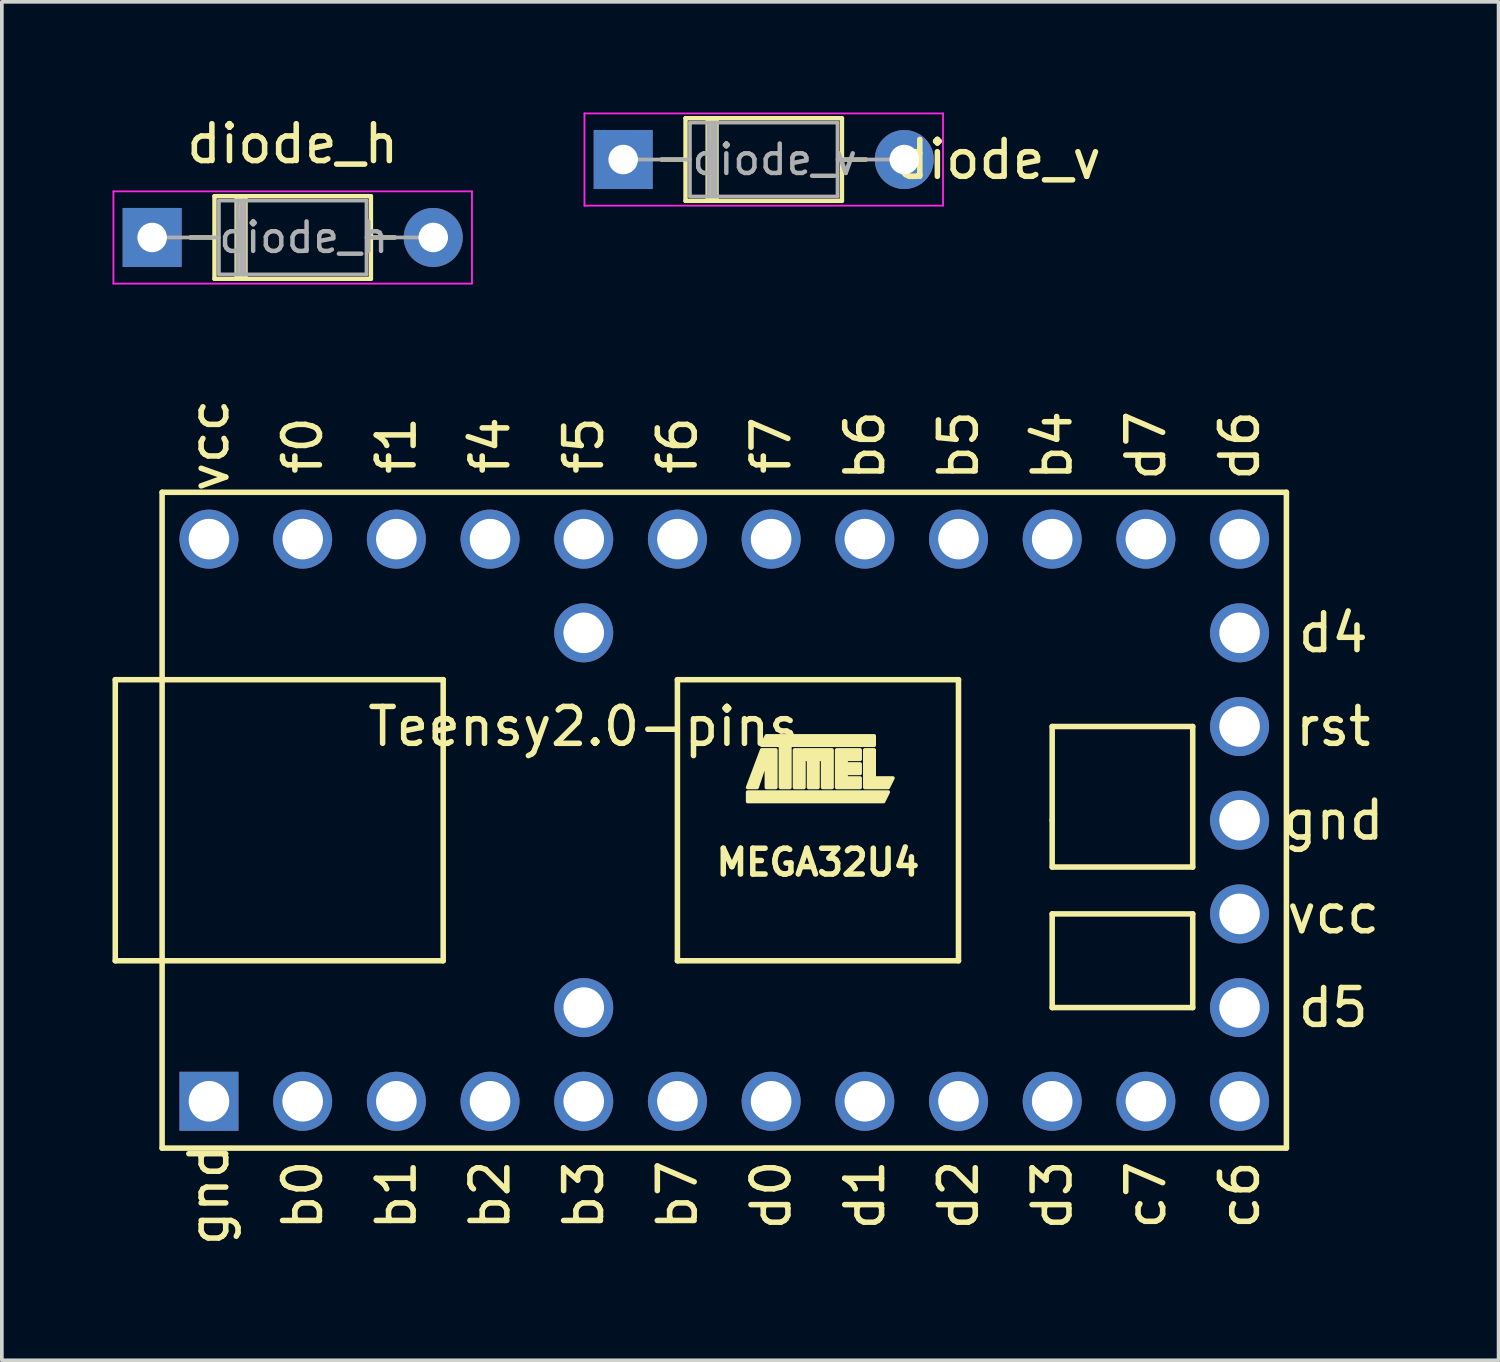
<source format=kicad_pcb>
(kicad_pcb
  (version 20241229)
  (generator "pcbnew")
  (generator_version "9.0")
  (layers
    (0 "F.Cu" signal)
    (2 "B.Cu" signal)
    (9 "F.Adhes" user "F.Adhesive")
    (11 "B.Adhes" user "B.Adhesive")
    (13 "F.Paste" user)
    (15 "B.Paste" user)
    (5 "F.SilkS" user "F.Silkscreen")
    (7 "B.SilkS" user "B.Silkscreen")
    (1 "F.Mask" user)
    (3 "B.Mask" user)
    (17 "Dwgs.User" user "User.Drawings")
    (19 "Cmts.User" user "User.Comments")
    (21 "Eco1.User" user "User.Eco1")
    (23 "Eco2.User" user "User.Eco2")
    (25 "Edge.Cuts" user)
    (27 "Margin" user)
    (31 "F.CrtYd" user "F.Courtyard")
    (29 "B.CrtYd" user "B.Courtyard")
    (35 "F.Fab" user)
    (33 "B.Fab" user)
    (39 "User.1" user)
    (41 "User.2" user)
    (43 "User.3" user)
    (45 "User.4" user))
  (footprint "diode_v"
    (layer "F.Cu")
    (at 13.845 1.275)
    (property "Reference" "diode_v" (at 10.16 0 0) (layer "F.SilkS") (effects (font (size 1 1) (thickness 0.15))))
    (attr through_hole)
    (fp_line (start 1.04 0) (end 1.69 0) (stroke (width 0.12) (type solid)) (layer "F.SilkS"))
    (fp_line (start 1.69 -1.12) (end 1.69 1.12) (stroke (width 0.12) (type solid)) (layer "F.SilkS"))
    (fp_line (start 1.69 1.12) (end 5.93 1.12) (stroke (width 0.12) (type solid)) (layer "F.SilkS"))
    (fp_line (start 2.29 -1.12) (end 2.29 1.12) (stroke (width 0.12) (type solid)) (layer "F.SilkS"))
    (fp_line (start 2.41 -1.12) (end 2.41 1.12) (stroke (width 0.12) (type solid)) (layer "F.SilkS"))
    (fp_line (start 2.53 -1.12) (end 2.53 1.12) (stroke (width 0.12) (type solid)) (layer "F.SilkS"))
    (fp_line (start 5.93 -1.12) (end 1.69 -1.12) (stroke (width 0.12) (type solid)) (layer "F.SilkS"))
    (fp_line (start 5.93 1.12) (end 5.93 -1.12) (stroke (width 0.12) (type solid)) (layer "F.SilkS"))
    (fp_line (start 6.58 0) (end 5.93 0) (stroke (width 0.12) (type solid)) (layer "F.SilkS"))
    (fp_line (start -1.05 -1.25) (end -1.05 1.25) (stroke (width 0.05) (type solid)) (layer "F.CrtYd"))
    (fp_line (start -1.05 1.25) (end 8.67 1.25) (stroke (width 0.05) (type solid)) (layer "F.CrtYd"))
    (fp_line (start 8.67 -1.25) (end -1.05 -1.25) (stroke (width 0.05) (type solid)) (layer "F.CrtYd"))
    (fp_line (start 8.67 1.25) (end 8.67 -1.25) (stroke (width 0.05) (type solid)) (layer "F.CrtYd"))
    (fp_line (start 0 0) (end 1.81 0) (stroke (width 0.1) (type solid)) (layer "F.Fab"))
    (fp_line (start 1.81 -1) (end 1.81 1) (stroke (width 0.1) (type solid)) (layer "F.Fab"))
    (fp_line (start 1.81 1) (end 5.81 1) (stroke (width 0.1) (type solid)) (layer "F.Fab"))
    (fp_line (start 2.31 -1) (end 2.31 1) (stroke (width 0.1) (type solid)) (layer "F.Fab"))
    (fp_line (start 2.41 -1) (end 2.41 1) (stroke (width 0.1) (type solid)) (layer "F.Fab"))
    (fp_line (start 2.51 -1) (end 2.51 1) (stroke (width 0.1) (type solid)) (layer "F.Fab"))
    (fp_line (start 5.81 -1) (end 1.81 -1) (stroke (width 0.1) (type solid)) (layer "F.Fab"))
    (fp_line (start 5.81 1) (end 5.81 -1) (stroke (width 0.1) (type solid)) (layer "F.Fab"))
    (fp_line (start 7.62 0) (end 5.81 0) (stroke (width 0.1) (type solid)) (layer "F.Fab"))
    (fp_text user "${REFERENCE}" (at 4.11 0 180) (layer "F.Fab") (effects (font (size 0.8 0.8) (thickness 0.12))))
    (pad "1" thru_hole rect (at 0 0) (size 1.6 1.6) (drill 0.8) (layers "*.Cu" "*.Mask"))
    (pad "2" thru_hole oval (at 7.62 0) (size 1.6 1.6) (drill 0.8) (layers "*.Cu" "*.Mask")))
  (footprint "diode_h"
    (layer "F.Cu")
    (at 1.075 3.388)
    (property "Reference" "diode_h" (at 3.81 -2.54 0) (layer "F.SilkS") (effects (font (size 1 1) (thickness 0.15))))
    (attr through_hole)
    (fp_line (start 1.04 0) (end 1.69 0) (stroke (width 0.12) (type solid)) (layer "F.SilkS"))
    (fp_line (start 1.69 -1.12) (end 1.69 1.12) (stroke (width 0.12) (type solid)) (layer "F.SilkS"))
    (fp_line (start 1.69 1.12) (end 5.93 1.12) (stroke (width 0.12) (type solid)) (layer "F.SilkS"))
    (fp_line (start 2.29 -1.12) (end 2.29 1.12) (stroke (width 0.12) (type solid)) (layer "F.SilkS"))
    (fp_line (start 2.41 -1.12) (end 2.41 1.12) (stroke (width 0.12) (type solid)) (layer "F.SilkS"))
    (fp_line (start 2.53 -1.12) (end 2.53 1.12) (stroke (width 0.12) (type solid)) (layer "F.SilkS"))
    (fp_line (start 5.93 -1.12) (end 1.69 -1.12) (stroke (width 0.12) (type solid)) (layer "F.SilkS"))
    (fp_line (start 5.93 1.12) (end 5.93 -1.12) (stroke (width 0.12) (type solid)) (layer "F.SilkS"))
    (fp_line (start 6.58 0) (end 5.93 0) (stroke (width 0.12) (type solid)) (layer "F.SilkS"))
    (fp_line (start -1.05 -1.25) (end -1.05 1.25) (stroke (width 0.05) (type solid)) (layer "F.CrtYd"))
    (fp_line (start -1.05 1.25) (end 8.67 1.25) (stroke (width 0.05) (type solid)) (layer "F.CrtYd"))
    (fp_line (start 8.67 -1.25) (end -1.05 -1.25) (stroke (width 0.05) (type solid)) (layer "F.CrtYd"))
    (fp_line (start 8.67 1.25) (end 8.67 -1.25) (stroke (width 0.05) (type solid)) (layer "F.CrtYd"))
    (fp_line (start 0 0) (end 1.81 0) (stroke (width 0.1) (type solid)) (layer "F.Fab"))
    (fp_line (start 1.81 -1) (end 1.81 1) (stroke (width 0.1) (type solid)) (layer "F.Fab"))
    (fp_line (start 1.81 1) (end 5.81 1) (stroke (width 0.1) (type solid)) (layer "F.Fab"))
    (fp_line (start 2.31 -1) (end 2.31 1) (stroke (width 0.1) (type solid)) (layer "F.Fab"))
    (fp_line (start 2.41 -1) (end 2.41 1) (stroke (width 0.1) (type solid)) (layer "F.Fab"))
    (fp_line (start 2.51 -1) (end 2.51 1) (stroke (width 0.1) (type solid)) (layer "F.Fab"))
    (fp_line (start 5.81 -1) (end 1.81 -1) (stroke (width 0.1) (type solid)) (layer "F.Fab"))
    (fp_line (start 5.81 1) (end 5.81 -1) (stroke (width 0.1) (type solid)) (layer "F.Fab"))
    (fp_line (start 7.62 0) (end 5.81 0) (stroke (width 0.1) (type solid)) (layer "F.Fab"))
    (fp_text user "${REFERENCE}" (at 4.11 0 180) (layer "F.Fab") (effects (font (size 0.8 0.8) (thickness 0.12))))
    (pad "1" thru_hole rect (at 0 0) (size 1.6 1.6) (drill 0.8) (layers "*.Cu" "*.Mask"))
    (pad "2" thru_hole oval (at 7.62 0) (size 1.6 1.6) (drill 0.8) (layers "*.Cu" "*.Mask")))
  (footprint "Teensy2.0-pins"
    (layer "F.Cu")
    (at 16.585 19.186)
    (property "Reference" "Teensy2.0-pins" (at -3.81 -2.54 180) (layer "F.SilkS") (effects (font (size 1 1) (thickness 0.15))))
    (attr through_hole)
    (fp_line (start -16.51 -3.81) (end -7.62 -3.81) (stroke (width 0.15) (type solid)) (layer "F.SilkS"))
    (fp_line (start -16.51 3.81) (end -16.51 -3.81) (stroke (width 0.15) (type solid)) (layer "F.SilkS"))
    (fp_line (start -15.24 -8.89) (end 15.24 -8.89) (stroke (width 0.15) (type solid)) (layer "F.SilkS"))
    (fp_line (start -15.24 8.89) (end -15.24 -8.89) (stroke (width 0.15) (type solid)) (layer "F.SilkS"))
    (fp_line (start -7.62 -3.81) (end -7.62 3.81) (stroke (width 0.15) (type solid)) (layer "F.SilkS"))
    (fp_line (start -7.62 3.81) (end -16.51 3.81) (stroke (width 0.15) (type solid)) (layer "F.SilkS"))
    (fp_line (start -1.27 -3.81) (end -1.27 3.81) (stroke (width 0.15) (type solid)) (layer "F.SilkS"))
    (fp_line (start -1.27 3.81) (end 6.35 3.81) (stroke (width 0.15) (type solid)) (layer "F.SilkS"))
    (fp_line (start 6.35 -3.81) (end -1.27 -3.81) (stroke (width 0.15) (type solid)) (layer "F.SilkS"))
    (fp_line (start 6.35 3.81) (end 6.35 -3.81) (stroke (width 0.15) (type solid)) (layer "F.SilkS"))
    (fp_line (start 8.89 -2.54) (end 8.89 0) (stroke (width 0.15) (type solid)) (layer "F.SilkS"))
    (fp_line (start 8.89 0) (end 8.89 1.27) (stroke (width 0.15) (type solid)) (layer "F.SilkS"))
    (fp_line (start 8.89 1.27) (end 12.7 1.27) (stroke (width 0.15) (type solid)) (layer "F.SilkS"))
    (fp_line (start 8.89 2.54) (end 8.89 5.08) (stroke (width 0.15) (type solid)) (layer "F.SilkS"))
    (fp_line (start 8.89 5.08) (end 12.7 5.08) (stroke (width 0.15) (type solid)) (layer "F.SilkS"))
    (fp_line (start 12.7 -2.54) (end 8.89 -2.54) (stroke (width 0.15) (type solid)) (layer "F.SilkS"))
    (fp_line (start 12.7 1.27) (end 12.7 -2.54) (stroke (width 0.15) (type solid)) (layer "F.SilkS"))
    (fp_line (start 12.7 2.54) (end 8.89 2.54) (stroke (width 0.15) (type solid)) (layer "F.SilkS"))
    (fp_line (start 12.7 5.08) (end 12.7 2.54) (stroke (width 0.15) (type solid)) (layer "F.SilkS"))
    (fp_line (start 15.24 -8.89) (end 15.24 8.89) (stroke (width 0.15) (type solid)) (layer "F.SilkS"))
    (fp_line (start 15.24 8.89) (end -15.24 8.89) (stroke (width 0.15) (type solid)) (layer "F.SilkS"))
    (fp_poly (pts (xy 0.635 -0.762) (xy 4.445 -0.762) (xy 4.318 -0.508) (xy 0.635 -0.508)) (stroke (width 0.1) (type solid)) (fill yes) (layer "F.SilkS"))
    (fp_poly (pts (xy 3.81 -1.905) (xy 3.81 -0.889) (xy 4.445 -0.889) (xy 4.572 -1.143) (xy 4.064 -1.143) (xy 4.064 -1.905)) (stroke (width 0.1) (type solid)) (fill yes) (layer "F.SilkS"))
    (fp_poly (pts (xy 1.397 -0.889) (xy 1.397 -1.905) (xy 1.016 -1.905) (xy 0.635 -0.889) (xy 0.889 -0.889) (xy 1.143 -1.651) (xy 1.143 -0.889)) (stroke (width 0.1) (type solid)) (fill yes) (layer "F.SilkS"))
    (fp_poly (pts (xy 4.064 -2.032) (xy 1.778 -2.032) (xy 1.778 -0.889) (xy 1.524 -0.889) (xy 1.524 -2.032) (xy 1.016 -2.032) (xy 1.143 -2.286) (xy 4.064 -2.286)) (stroke (width 0.1) (type solid)) (fill yes) (layer "F.SilkS"))
    (fp_poly (pts (xy 2.921 -0.889) (xy 2.921 -1.905) (xy 1.905 -1.905) (xy 1.905 -0.889) (xy 2.159 -0.889) (xy 2.159 -1.651) (xy 2.286 -1.651) (xy 2.286 -0.889) (xy 2.54 -0.889) (xy 2.54 -1.651) (xy 2.667 -1.651) (xy 2.667 -0.889)) (stroke (width 0.1) (type solid)) (fill yes) (layer "F.SilkS"))
    (fp_poly (pts (xy 3.048 -1.905) (xy 3.683 -1.905) (xy 3.683 -1.651) (xy 3.302 -1.651) (xy 3.302 -1.524) (xy 3.683 -1.524) (xy 3.683 -1.27) (xy 3.302 -1.27) (xy 3.302 -1.143) (xy 3.683 -1.143) (xy 3.683 -0.889) (xy 3.048 -0.889)) (stroke (width 0.1) (type solid)) (fill yes) (layer "F.SilkS"))
    (fp_text user "b0" (at -11.43 10.16 270) (layer "F.SilkS") (effects (font (size 1 1) (thickness 0.15))))
    (fp_text user "rst" (at 16.51 -2.54 0) (layer "F.SilkS") (effects (font (size 1 1) (thickness 0.15))))
    (fp_text user "f7" (at 1.27 -10.16 90) (layer "F.SilkS") (effects (font (size 1 1) (thickness 0.15))))
    (fp_text user "f5" (at -3.81 -10.16 90) (layer "F.SilkS") (effects (font (size 1 1) (thickness 0.15))))
    (fp_text user "d3" (at 8.89 10.16 270) (layer "F.SilkS") (effects (font (size 1 1) (thickness 0.15))))
    (fp_text user "b2" (at -6.35 10.16 270) (layer "F.SilkS") (effects (font (size 1 1) (thickness 0.15))))
    (fp_text user "d6" (at 13.97 -10.16 90) (layer "F.SilkS") (effects (font (size 1 1) (thickness 0.15))))
    (fp_text user "d0" (at 1.27 10.16 270) (layer "F.SilkS") (effects (font (size 1 1) (thickness 0.15))))
    (fp_text user "b7" (at -1.27 10.16 270) (layer "F.SilkS") (effects (font (size 1 1) (thickness 0.15))))
    (fp_text user "d5" (at 16.51 5.08 0) (layer "F.SilkS") (effects (font (size 1 1) (thickness 0.15))))
    (fp_text user "MEGA32U4" (at 2.54 1.143 180) (layer "F.SilkS") (effects (font (size 0.7 0.7) (thickness 0.15))))
    (fp_text user "f0" (at -11.43 -10.16 90) (layer "F.SilkS") (effects (font (size 1 1) (thickness 0.15))))
    (fp_text user "b3" (at -3.81 10.16 270) (layer "F.SilkS") (effects (font (size 1 1) (thickness 0.15))))
    (fp_text user "c7" (at 11.43 10.16 270) (layer "F.SilkS") (effects (font (size 1 1) (thickness 0.15))))
    (fp_text user "b6" (at 3.81 -10.16 90) (layer "F.SilkS") (effects (font (size 1 1) (thickness 0.15))))
    (fp_text user "vcc" (at -13.97 -10.16 90) (layer "F.SilkS") (effects (font (size 1 1) (thickness 0.15))))
    (fp_text user "c6" (at 13.97 10.16 270) (layer "F.SilkS") (effects (font (size 1 1) (thickness 0.15))))
    (fp_text user "f6" (at -1.27 -10.16 90) (layer "F.SilkS") (effects (font (size 1 1) (thickness 0.15))))
    (fp_text user "d1" (at 3.81 10.16 270) (layer "F.SilkS") (effects (font (size 1 1) (thickness 0.15))))
    (fp_text user "gnd" (at -13.97 10.16 270) (layer "F.SilkS") (effects (font (size 1 1) (thickness 0.15))))
    (fp_text user "vcc" (at 16.51 2.54 0) (layer "F.SilkS") (effects (font (size 1 1) (thickness 0.15))))
    (fp_text user "d2" (at 6.35 10.16 270) (layer "F.SilkS") (effects (font (size 1 1) (thickness 0.15))))
    (fp_text user "d4" (at 16.51 -5.08 0) (layer "F.SilkS") (effects (font (size 1 1) (thickness 0.15))))
    (fp_text user "b4" (at 8.89 -10.16 90) (layer "F.SilkS") (effects (font (size 1 1) (thickness 0.15))))
    (fp_text user "gnd" (at 16.51 0 0) (layer "F.SilkS") (effects (font (size 1 1) (thickness 0.15))))
    (fp_text user "f4" (at -6.35 -10.16 90) (layer "F.SilkS") (effects (font (size 1 1) (thickness 0.15))))
    (fp_text user "b1" (at -8.89 10.16 270) (layer "F.SilkS") (effects (font (size 1 1) (thickness 0.15))))
    (fp_text user "f1" (at -8.89 -10.16 90) (layer "F.SilkS") (effects (font (size 1 1) (thickness 0.15))))
    (fp_text user "d7" (at 11.43 -10.16 90) (layer "F.SilkS") (effects (font (size 1 1) (thickness 0.15))))
    (fp_text user "b5" (at 6.35 -10.16 90) (layer "F.SilkS") (effects (font (size 1 1) (thickness 0.15))))
    (pad "1" thru_hole rect (at -13.97 7.62) (size 1.6 1.6) (drill 1.1) (layers "*.Cu" "*.Mask"))
    (pad "2" thru_hole circle (at -11.43 7.62) (size 1.6 1.6) (drill 1.1) (layers "*.Cu" "*.Mask"))
    (pad "3" thru_hole circle (at -8.89 7.62) (size 1.6 1.6) (drill 1.1) (layers "*.Cu" "*.Mask"))
    (pad "4" thru_hole circle (at -6.35 7.62) (size 1.6 1.6) (drill 1.1) (layers "*.Cu" "*.Mask"))
    (pad "5" thru_hole circle (at -3.81 7.62) (size 1.6 1.6) (drill 1.1) (layers "*.Cu" "*.Mask"))
    (pad "6" thru_hole circle (at -1.27 7.62) (size 1.6 1.6) (drill 1.1) (layers "*.Cu" "*.Mask"))
    (pad "7" thru_hole circle (at 1.27 7.62) (size 1.6 1.6) (drill 1.1) (layers "*.Cu" "*.Mask"))
    (pad "8" thru_hole circle (at 3.81 7.62) (size 1.6 1.6) (drill 1.1) (layers "*.Cu" "*.Mask"))
    (pad "9" thru_hole circle (at 6.35 7.62) (size 1.6 1.6) (drill 1.1) (layers "*.Cu" "*.Mask"))
    (pad "10" thru_hole circle (at 8.89 7.62) (size 1.6 1.6) (drill 1.1) (layers "*.Cu" "*.Mask"))
    (pad "11" thru_hole circle (at 11.43 7.62) (size 1.6 1.6) (drill 1.1) (layers "*.Cu" "*.Mask"))
    (pad "12" thru_hole circle (at 13.97 7.62) (size 1.6 1.6) (drill 1.1) (layers "*.Cu" "*.Mask"))
    (pad "13" thru_hole circle (at 13.97 5.08) (size 1.6 1.6) (drill 1.1) (layers "*.Cu" "*.Mask"))
    (pad "14" thru_hole circle (at 13.97 2.54) (size 1.6 1.6) (drill 1.1) (layers "*.Cu" "*.Mask"))
    (pad "15" thru_hole circle (at 13.97 0) (size 1.6 1.6) (drill 1.1) (layers "*.Cu" "*.Mask"))
    (pad "16" thru_hole circle (at 13.97 -2.54) (size 1.6 1.6) (drill 1.1) (layers "*.Cu" "*.Mask"))
    (pad "17" thru_hole circle (at 13.97 -5.08) (size 1.6 1.6) (drill 1.1) (layers "*.Cu" "*.Mask"))
    (pad "18" thru_hole circle (at 13.97 -7.62) (size 1.6 1.6) (drill 1.1) (layers "*.Cu" "*.Mask"))
    (pad "19" thru_hole circle (at 11.43 -7.62) (size 1.6 1.6) (drill 1.1) (layers "*.Cu" "*.Mask"))
    (pad "20" thru_hole circle (at 8.89 -7.62) (size 1.6 1.6) (drill 1.1) (layers "*.Cu" "*.Mask"))
    (pad "21" thru_hole circle (at 6.35 -7.62) (size 1.6 1.6) (drill 1.1) (layers "*.Cu" "*.Mask"))
    (pad "22" thru_hole circle (at 3.81 -7.62) (size 1.6 1.6) (drill 1.1) (layers "*.Cu" "*.Mask"))
    (pad "23" thru_hole circle (at 1.27 -7.62) (size 1.6 1.6) (drill 1.1) (layers "*.Cu" "*.Mask"))
    (pad "24" thru_hole circle (at -1.27 -7.62) (size 1.6 1.6) (drill 1.1) (layers "*.Cu" "*.Mask"))
    (pad "25" thru_hole circle (at -3.81 -7.62) (size 1.6 1.6) (drill 1.1) (layers "*.Cu" "*.Mask"))
    (pad "26" thru_hole circle (at -6.35 -7.62) (size 1.6 1.6) (drill 1.1) (layers "*.Cu" "*.Mask"))
    (pad "27" thru_hole circle (at -8.89 -7.62) (size 1.6 1.6) (drill 1.1) (layers "*.Cu" "*.Mask"))
    (pad "28" thru_hole circle (at -11.43 -7.62) (size 1.6 1.6) (drill 1.1) (layers "*.Cu" "*.Mask"))
    (pad "29" thru_hole circle (at -13.97 -7.62) (size 1.6 1.6) (drill 1.1) (layers "*.Cu" "*.Mask"))
    (pad "30" thru_hole circle (at -3.81 5.08) (size 1.6 1.6) (drill 1.1) (layers "*.Cu" "*.Mask"))
    (pad "31" thru_hole circle (at -3.81 -5.08) (size 1.6 1.6) (drill 1.1) (layers "*.Cu" "*.Mask")))
  (gr_rect
    (start -3 -3)
    (end 37.577 33.828)
    (stroke (width 0.1) (type default))
    (fill no)
    (layer "Edge.Cuts")))
</source>
